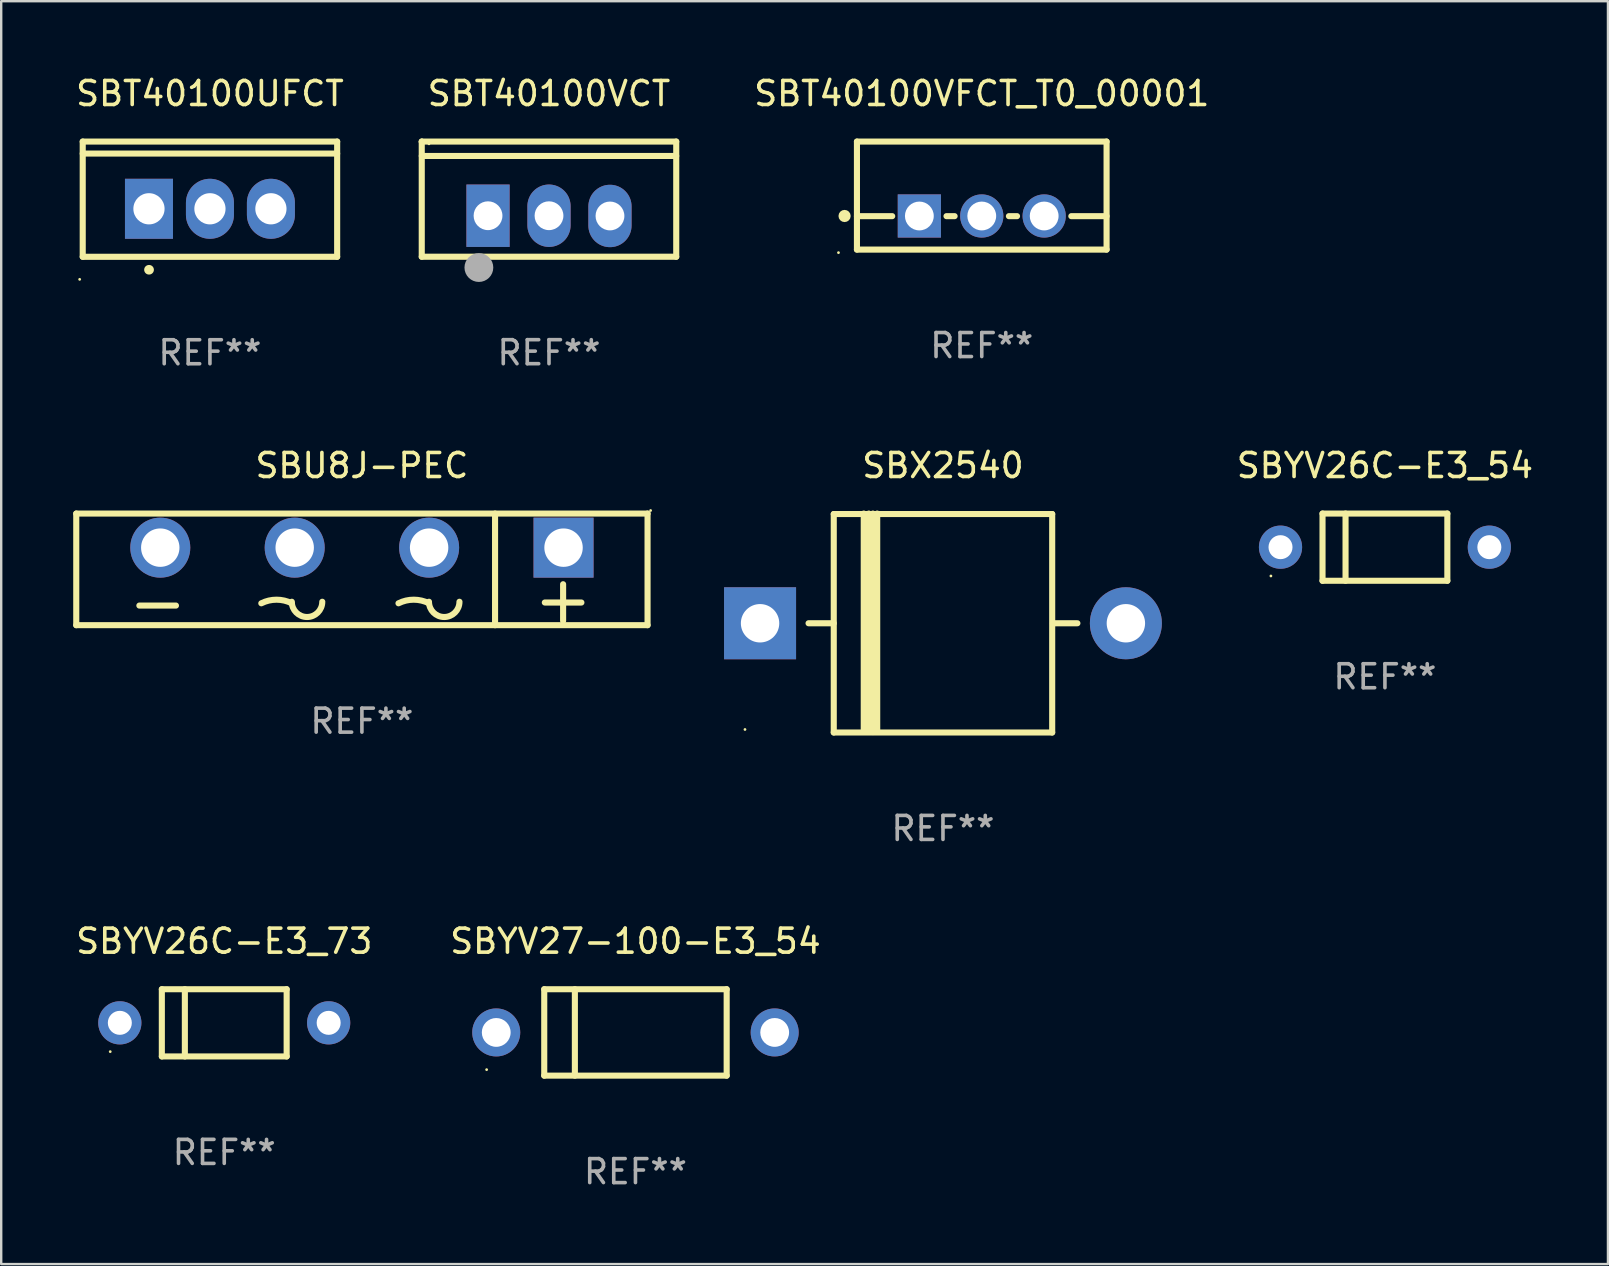
<source format=kicad_pcb>
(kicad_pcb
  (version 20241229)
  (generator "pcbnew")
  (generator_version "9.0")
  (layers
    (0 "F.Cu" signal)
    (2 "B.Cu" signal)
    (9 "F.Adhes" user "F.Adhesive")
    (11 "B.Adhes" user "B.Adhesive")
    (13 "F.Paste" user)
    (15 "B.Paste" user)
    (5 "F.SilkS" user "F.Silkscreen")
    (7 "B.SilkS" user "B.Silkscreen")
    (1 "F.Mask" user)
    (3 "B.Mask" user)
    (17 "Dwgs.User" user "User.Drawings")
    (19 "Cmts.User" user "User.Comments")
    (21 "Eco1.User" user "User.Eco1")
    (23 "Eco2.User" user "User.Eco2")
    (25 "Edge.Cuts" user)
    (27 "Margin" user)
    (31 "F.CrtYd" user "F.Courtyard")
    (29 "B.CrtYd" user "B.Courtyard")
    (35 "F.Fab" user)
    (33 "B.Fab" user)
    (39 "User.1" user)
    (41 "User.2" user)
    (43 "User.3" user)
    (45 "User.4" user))
  (footprint "SBT40100VFCT_T0_00001"
    (layer "F.Cu")
    (at 37.85 5.098)
    (property "Reference" "SBT40100VFCT_T0_00001" (at 0 -4.25 0) (layer "F.SilkS") (effects (font (size 1 1) (thickness 0.15))))
    (attr through_hole)
    (fp_line (start -5.2 -2.25) (end -5.2 2.25) (stroke (width 0.254) (type solid)) (layer "F.SilkS"))
    (fp_line (start -5.2 -2.25) (end 5.2 -2.25) (stroke (width 0.254) (type solid)) (layer "F.SilkS"))
    (fp_line (start -5.2 0.857) (end -3.731 0.857) (stroke (width 0.254) (type solid)) (layer "F.SilkS"))
    (fp_line (start -5.2 2.25) (end 5.2 2.25) (stroke (width 0.254) (type solid)) (layer "F.SilkS"))
    (fp_line (start -1.469 0.857) (end -1.131 0.857) (stroke (width 0.254) (type solid)) (layer "F.SilkS"))
    (fp_line (start 1.131 0.857) (end 1.469 0.857) (stroke (width 0.254) (type solid)) (layer "F.SilkS"))
    (fp_line (start 3.731 0.857) (end 5.2 0.857) (stroke (width 0.254) (type solid)) (layer "F.SilkS"))
    (fp_line (start 5.2 -2.25) (end 5.2 2.25) (stroke (width 0.254) (type solid)) (layer "F.SilkS"))
    (fp_circle (center -5.969 2.377) (end -5.939 2.377) (stroke (width 0.06) (type solid)) (fill no) (layer "F.SilkS"))
    (fp_circle (center -5.715 0.85) (end -5.588 0.85) (stroke (width 0.254) (type solid)) (fill no) (layer "F.SilkS"))
    (fp_text user "REF**" (at 0 6.25 0) (layer "F.Fab") (effects (font (size 1 1) (thickness 0.15))))
    (pad "1" thru_hole rect (at -2.6 0.85) (size 1.8 1.8) (drill 1.2) (layers "*.Cu" "*.Mask"))
    (pad "2" thru_hole circle (at 0 0.85) (size 1.8 1.8) (drill 1.2) (layers "*.Cu" "*.Mask"))
    (pad "3" thru_hole circle (at 2.6 0.85) (size 1.8 1.8) (drill 1.2) (layers "*.Cu" "*.Mask")))
  (footprint "SBX2540"
    (layer "F.Cu")
    (at 36.234 22.905)
    (property "Reference" "SBX2540" (at 0 -6.56 0) (layer "F.SilkS") (effects (font (size 1 1) (thickness 0.15))))
    (attr through_hole)
    (fp_line (start -5.6 0.01) (end -4.55 0.01) (stroke (width 0.254) (type solid)) (layer "F.SilkS"))
    (fp_line (start -4.55 -4.54) (end -4.55 4.56) (stroke (width 0.254) (type solid)) (layer "F.SilkS"))
    (fp_line (start -4.55 -4.54) (end 4.55 -4.54) (stroke (width 0.254) (type solid)) (layer "F.SilkS"))
    (fp_line (start -3.3 4.54) (end -3.3 -4.56) (stroke (width 0.254) (type solid)) (layer "F.SilkS"))
    (fp_line (start -3.09 4.54) (end -3.09 -4.56) (stroke (width 0.254) (type solid)) (layer "F.SilkS"))
    (fp_line (start -2.919 4.541) (end -2.919 -4.559) (stroke (width 0.254) (type solid)) (layer "F.SilkS"))
    (fp_line (start -2.74 4.54) (end -2.74 -4.56) (stroke (width 0.254) (type solid)) (layer "F.SilkS"))
    (fp_line (start 4.55 4.56) (end 4.55 -4.54) (stroke (width 0.254) (type solid)) (layer "F.SilkS"))
    (fp_line (start 4.55 4.56) (end -4.55 4.56) (stroke (width 0.254) (type solid)) (layer "F.SilkS"))
    (fp_line (start 4.58 0.01) (end 5.6 0.01) (stroke (width 0.254) (type solid)) (layer "F.SilkS"))
    (fp_circle (center -8.248 4.435) (end -8.218 4.435) (stroke (width 0.06) (type solid)) (fill no) (layer "F.SilkS"))
    (fp_text user "REF**" (at 0 8.56 0) (layer "F.Fab") (effects (font (size 1 1) (thickness 0.15))))
    (pad "1" thru_hole rect (at -7.62 0.01 180) (size 3 3) (drill 1.6) (layers "*.Cu" "*.Mask"))
    (pad "2" thru_hole circle (at 7.62 0.01) (size 3 3) (drill 1.6) (layers "*.Cu" "*.Mask")))
  (footprint "SBT40100VCT"
    (layer "F.Cu")
    (at 19.821 5.247)
    (property "Reference" "SBT40100VCT" (at 0 -4.399 0) (layer "F.SilkS") (effects (font (size 1 1) (thickness 0.15))))
    (attr through_hole)
    (fp_line (start -5.301 -2.399) (end 5.301 -2.399) (stroke (width 0.254) (type solid)) (layer "F.SilkS"))
    (fp_line (start -5.301 -2.394) (end -5.301 -2.399) (stroke (width 0.254) (type solid)) (layer "F.SilkS"))
    (fp_line (start -5.301 2.399) (end -5.301 -2.394) (stroke (width 0.254) (type solid)) (layer "F.SilkS"))
    (fp_line (start 5.3 -1.8) (end -5.3 -1.8) (stroke (width 0.254) (type solid)) (layer "F.SilkS"))
    (fp_line (start 5.301 -2.399) (end 5.301 2.399) (stroke (width 0.254) (type solid)) (layer "F.SilkS"))
    (fp_line (start 5.301 2.399) (end -5.301 2.399) (stroke (width 0.254) (type solid)) (layer "F.SilkS"))
    (fp_arc (start -2.769977 3.025032) (mid -2.768707 3.025028) (end -2.767437 3.025032) (stroke (width 0.4) (type solid)) (layer "F.SilkS"))
    (fp_circle (center -5 -2.305) (end -4.97 -2.305) (stroke (width 0.06) (type solid)) (fill no) (layer "F.SilkS"))
    (fp_circle (center -2.921 2.849) (end -2.621 2.849) (stroke (width 0.6) (type solid)) (fill no) (layer "F.Fab"))
    (fp_text user "REF**" (at 0 6.399 0) (layer "F.Fab") (effects (font (size 1 1) (thickness 0.15))))
    (pad "1" thru_hole rect (at -2.54 0.69) (size 1.8 2.6) (drill 1.2) (layers "*.Cu" "*.Mask"))
    (pad "2" thru_hole oval (at 0 0.69) (size 1.8 2.6) (drill 1.2) (layers "*.Cu" "*.Mask"))
    (pad "3" thru_hole oval (at 2.54 0.7) (size 1.8 2.6) (drill 1.2) (layers "*.Cu" "*.Mask")))
  (footprint "SBYV27-100-E3_54"
    (layer "F.Cu")
    (at 23.423 39.961)
    (property "Reference" "SBYV27-100-E3_54" (at 0 -3.8 0) (layer "F.SilkS") (effects (font (size 1 1) (thickness 0.15))))
    (attr through_hole)
    (fp_line (start -3.8 -1.8) (end -3.8 1.8) (stroke (width 0.254) (type solid)) (layer "F.SilkS"))
    (fp_line (start -3.8 -1.8) (end 3.8 -1.8) (stroke (width 0.254) (type solid)) (layer "F.SilkS"))
    (fp_line (start -3.8 1.8) (end 3.8 1.8) (stroke (width 0.254) (type solid)) (layer "F.SilkS"))
    (fp_line (start -2.524 -1.8) (end -2.524 1.8) (stroke (width 0.254) (type solid)) (layer "F.SilkS"))
    (fp_line (start 3.8 -1.8) (end 3.8 1.8) (stroke (width 0.254) (type solid)) (layer "F.SilkS"))
    (fp_circle (center -6.2 1.55) (end -6.17 1.55) (stroke (width 0.06) (type solid)) (fill no) (layer "F.SilkS"))
    (fp_text user "REF**" (at 0 5.8 0) (layer "F.Fab") (effects (font (size 1 1) (thickness 0.15))))
    (pad "1" thru_hole circle (at -5.8 0) (size 2 2) (drill 1.2) (layers "*.Cu" "*.Mask"))
    (pad "2" thru_hole circle (at 5.8 0) (size 2 2) (drill 1.2) (layers "*.Cu" "*.Mask")))
  (footprint "SBYV26C-E3_73"
    (layer "F.Cu")
    (at 6.292 39.561)
    (property "Reference" "SBYV26C-E3_73" (at 0 -3.4 0) (layer "F.SilkS") (effects (font (size 1 1) (thickness 0.15))))
    (attr through_hole)
    (fp_line (start -2.6 -1.4) (end -2.6 1.4) (stroke (width 0.254) (type solid)) (layer "F.SilkS"))
    (fp_line (start -2.6 -1.4) (end 2.6 -1.4) (stroke (width 0.254) (type solid)) (layer "F.SilkS"))
    (fp_line (start -2.6 1.4) (end 2.6 1.4) (stroke (width 0.254) (type solid)) (layer "F.SilkS"))
    (fp_line (start -1.641 -1.4) (end -1.641 1.4) (stroke (width 0.254) (type solid)) (layer "F.SilkS"))
    (fp_line (start 2.6 -1.4) (end 2.6 1.4) (stroke (width 0.254) (type solid)) (layer "F.SilkS"))
    (fp_circle (center -4.75 1.2) (end -4.72 1.2) (stroke (width 0.06) (type solid)) (fill no) (layer "F.SilkS"))
    (fp_text user "REF**" (at 0 5.4 0) (layer "F.Fab") (effects (font (size 1 1) (thickness 0.15))))
    (pad "1" thru_hole circle (at -4.35 0) (size 1.8 1.8) (drill 1) (layers "*.Cu" "*.Mask"))
    (pad "2" thru_hole circle (at 4.35 0) (size 1.8 1.8) (drill 1) (layers "*.Cu" "*.Mask")))
  (footprint "SBYV26C-E3_54"
    (layer "F.Cu")
    (at 54.646 19.745)
    (property "Reference" "SBYV26C-E3_54" (at 0 -3.4 0) (layer "F.SilkS") (effects (font (size 1 1) (thickness 0.15))))
    (attr through_hole)
    (fp_line (start -2.6 -1.4) (end -2.6 1.4) (stroke (width 0.254) (type solid)) (layer "F.SilkS"))
    (fp_line (start -2.6 -1.4) (end 2.6 -1.4) (stroke (width 0.254) (type solid)) (layer "F.SilkS"))
    (fp_line (start -2.6 1.4) (end 2.6 1.4) (stroke (width 0.254) (type solid)) (layer "F.SilkS"))
    (fp_line (start -1.641 -1.4) (end -1.641 1.4) (stroke (width 0.254) (type solid)) (layer "F.SilkS"))
    (fp_line (start 2.6 -1.4) (end 2.6 1.4) (stroke (width 0.254) (type solid)) (layer "F.SilkS"))
    (fp_circle (center -4.75 1.2) (end -4.72 1.2) (stroke (width 0.06) (type solid)) (fill no) (layer "F.SilkS"))
    (fp_text user "REF**" (at 0 5.4 0) (layer "F.Fab") (effects (font (size 1 1) (thickness 0.15))))
    (pad "1" thru_hole circle (at -4.35 0) (size 1.8 1.8) (drill 1) (layers "*.Cu" "*.Mask"))
    (pad "2" thru_hole circle (at 4.35 0) (size 1.8 1.8) (drill 1) (layers "*.Cu" "*.Mask")))
  (footprint "SBU8J-PEC"
    (layer "F.Cu")
    (at 12.027 20.67)
    (property "Reference" "SBU8J-PEC" (at 0 -4.325 0) (layer "F.SilkS") (effects (font (size 1 1) (thickness 0.15))))
    (attr through_hole)
    (fp_line (start -11.9 -2.325) (end 11.9 -2.325) (stroke (width 0.254) (type solid)) (layer "F.SilkS"))
    (fp_line (start -11.9 2.325) (end -11.9 -2.325) (stroke (width 0.254) (type solid)) (layer "F.SilkS"))
    (fp_line (start -9.271 1.508) (end -7.747 1.508) (stroke (width 0.254) (type solid)) (layer "F.SilkS"))
    (fp_line (start 5.547 -2.325) (end 5.547 2.325) (stroke (width 0.254) (type solid)) (layer "F.SilkS"))
    (fp_line (start 7.62 1.381) (end 9.144 1.381) (stroke (width 0.254) (type solid)) (layer "F.SilkS"))
    (fp_line (start 8.382 0.619) (end 8.382 2.143) (stroke (width 0.254) (type solid)) (layer "F.SilkS"))
    (fp_line (start 11.9 -2.325) (end 11.9 2.325) (stroke (width 0.254) (type solid)) (layer "F.SilkS"))
    (fp_line (start 11.9 2.325) (end -11.9 2.325) (stroke (width 0.254) (type solid)) (layer "F.SilkS"))
    (fp_arc (start -4.191008 1.4127) (mid -3.556007 1.262797) (end -2.921005 1.4127) (stroke (width 0.254001) (type solid)) (layer "F.SilkS"))
    (fp_arc (start -1.651003 1.349251) (mid -2.286005 1.984253) (end -2.921007 1.349251) (stroke (width 0.254001) (type solid)) (layer "F.SilkS"))
    (fp_arc (start 1.524003 1.4127) (mid 2.159004 1.262797) (end 2.794006 1.4127) (stroke (width 0.254001) (type solid)) (layer "F.SilkS"))
    (fp_arc (start 4.064008 1.349251) (mid 3.429007 1.984252) (end 2.794006 1.349251) (stroke (width 0.254001) (type solid)) (layer "F.SilkS"))
    (fp_circle (center 12.027 -2.452) (end 12.057 -2.452) (stroke (width 0.06) (type solid)) (fill no) (layer "F.SilkS"))
    (fp_text user "REF**" (at 0 6.325 0) (layer "F.Fab") (effects (font (size 1 1) (thickness 0.15))))
    (pad "1" thru_hole rect (at 8.4 -0.905 180) (size 2.5 2.5) (drill 1.6) (layers "*.Cu" "*.Mask"))
    (pad "2" thru_hole circle (at 2.8 -0.905) (size 2.5 2.5) (drill 1.6) (layers "*.Cu" "*.Mask"))
    (pad "3" thru_hole circle (at -2.8 -0.905) (size 2.5 2.5) (drill 1.6) (layers "*.Cu" "*.Mask"))
    (pad "4" thru_hole circle (at -8.4 -0.905) (size 2.5 2.5) (drill 1.6) (layers "*.Cu" "*.Mask")))
  (footprint "SBT40100UFCT"
    (layer "F.Cu")
    (at 5.696 5.248)
    (property "Reference" "SBT40100UFCT" (at 0 -4.4 0) (layer "F.SilkS") (effects (font (size 1 1) (thickness 0.15))))
    (attr through_hole)
    (fp_line (start -5.3 -2.4) (end 5.3 -2.4) (stroke (width 0.254) (type solid)) (layer "F.SilkS"))
    (fp_line (start -5.3 2.4) (end -5.3 -2.4) (stroke (width 0.254) (type solid)) (layer "F.SilkS"))
    (fp_line (start 5.3 -2.4) (end 5.3 2.4) (stroke (width 0.254) (type solid)) (layer "F.SilkS"))
    (fp_line (start 5.3 -1.9) (end -5.3 -1.9) (stroke (width 0.254) (type solid)) (layer "F.SilkS"))
    (fp_line (start 5.3 2.4) (end -5.3 2.4) (stroke (width 0.254) (type solid)) (layer "F.SilkS"))
    (fp_arc (start -2.540005 2.940005) (mid -2.537465 2.939989) (end -2.534925 2.940005) (stroke (width 0.4) (type solid)) (layer "F.SilkS"))
    (fp_circle (center -5.427 3.34) (end -5.397 3.34) (stroke (width 0.06) (type solid)) (fill no) (layer "F.SilkS"))
    (fp_text user "REF**" (at 0 6.4 0) (layer "F.Fab") (effects (font (size 1 1) (thickness 0.15))))
    (pad "1" thru_hole rect (at -2.54 0.4) (size 2 2.5) (drill 1.3) (layers "*.Cu" "*.Mask"))
    (pad "2" thru_hole oval (at 0 0.4) (size 2 2.5) (drill 1.3) (layers "*.Cu" "*.Mask"))
    (pad "3" thru_hole oval (at 2.54 0.4) (size 2 2.5) (drill 1.3) (layers "*.Cu" "*.Mask")))
  (gr_rect
    (start -3 -3)
    (end 63.937 49.61)
    (stroke (width 0.1) (type default))
    (fill no)
    (layer "Edge.Cuts")))
</source>
